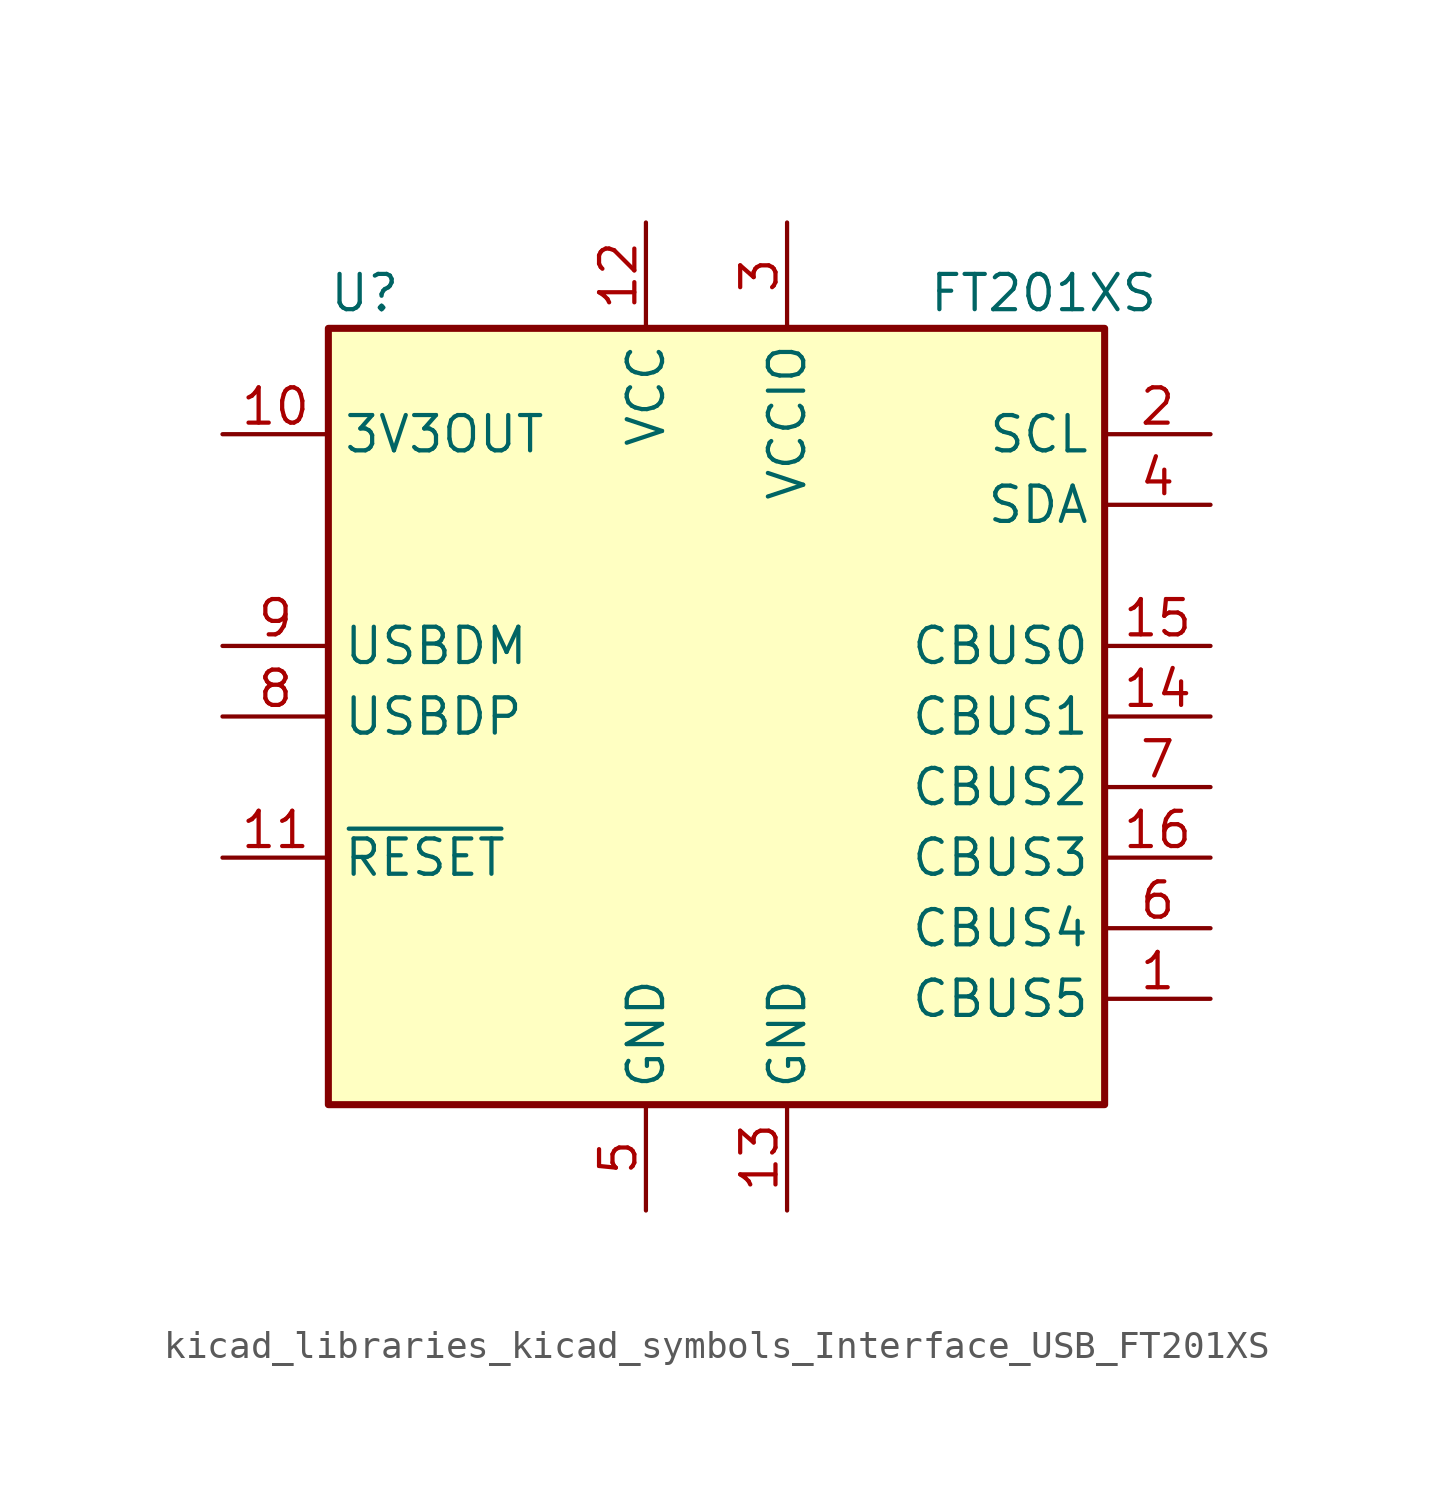
<source format=kicad_sym>
(kicad_symbol_lib
  (version 20220914)
  (generator kicad_symbol_editor)
  (symbol "kicad_libraries_kicad_symbols_Interface_USB_FT201XS"
    (property "Reference" "U"
      (at -13.97 15.24 0)
      (effects (font (size 1.27 1.27)) (justify left)))
    (property "Value" "FT201XS"
      (at 7.62 15.24 0)
      (effects (font (size 1.27 1.27)) (justify left)))
    (symbol "kicad_libraries_kicad_symbols_Interface_USB_FT201XS_0_1"
      (rectangle (start -13.97 13.97) (end 13.97 -13.97) (stroke (width 0.254) (type default)) (fill (type background))))
    (symbol "kicad_libraries_kicad_symbols_Interface_USB_FT201XS_1_1"
      (pin bidirectional line (at 17.78 -10.16 180) (length 3.81) (name "CBUS5" (effects (font (size 1.27 1.27)))) (number "1" (effects (font (size 1.27 1.27)))))
      (pin power_out line (at -17.78 10.16 0) (length 3.81) (name "3V3OUT" (effects (font (size 1.27 1.27)))) (number "10" (effects (font (size 1.27 1.27)))))
      (pin input line (at -17.78 -5.08 0) (length 3.81) (name "~{RESET}" (effects (font (size 1.27 1.27)))) (number "11" (effects (font (size 1.27 1.27)))))
      (pin power_in line (at -2.54 17.78 270) (length 3.81) (name "VCC" (effects (font (size 1.27 1.27)))) (number "12" (effects (font (size 1.27 1.27)))))
      (pin power_in line (at 2.54 -17.78 90) (length 3.81) (name "GND" (effects (font (size 1.27 1.27)))) (number "13" (effects (font (size 1.27 1.27)))))
      (pin bidirectional line (at 17.78 0 180) (length 3.81) (name "CBUS1" (effects (font (size 1.27 1.27)))) (number "14" (effects (font (size 1.27 1.27)))))
      (pin bidirectional line (at 17.78 2.54 180) (length 3.81) (name "CBUS0" (effects (font (size 1.27 1.27)))) (number "15" (effects (font (size 1.27 1.27)))))
      (pin bidirectional line (at 17.78 -5.08 180) (length 3.81) (name "CBUS3" (effects (font (size 1.27 1.27)))) (number "16" (effects (font (size 1.27 1.27)))))
      (pin input line (at 17.78 10.16 180) (length 3.81) (name "SCL" (effects (font (size 1.27 1.27)))) (number "2" (effects (font (size 1.27 1.27)))))
      (pin power_out line (at 2.54 17.78 270) (length 3.81) (name "VCCIO" (effects (font (size 1.27 1.27)))) (number "3" (effects (font (size 1.27 1.27)))))
      (pin bidirectional line (at 17.78 7.62 180) (length 3.81) (name "SDA" (effects (font (size 1.27 1.27)))) (number "4" (effects (font (size 1.27 1.27)))))
      (pin power_in line (at -2.54 -17.78 90) (length 3.81) (name "GND" (effects (font (size 1.27 1.27)))) (number "5" (effects (font (size 1.27 1.27)))))
      (pin bidirectional line (at 17.78 -7.62 180) (length 3.81) (name "CBUS4" (effects (font (size 1.27 1.27)))) (number "6" (effects (font (size 1.27 1.27)))))
      (pin bidirectional line (at 17.78 -2.54 180) (length 3.81) (name "CBUS2" (effects (font (size 1.27 1.27)))) (number "7" (effects (font (size 1.27 1.27)))))
      (pin bidirectional line (at -17.78 0 0) (length 3.81) (name "USBDP" (effects (font (size 1.27 1.27)))) (number "8" (effects (font (size 1.27 1.27)))))
      (pin bidirectional line (at -17.78 2.54 0) (length 3.81) (name "USBDM" (effects (font (size 1.27 1.27)))) (number "9" (effects (font (size 1.27 1.27))))))))
</source>
